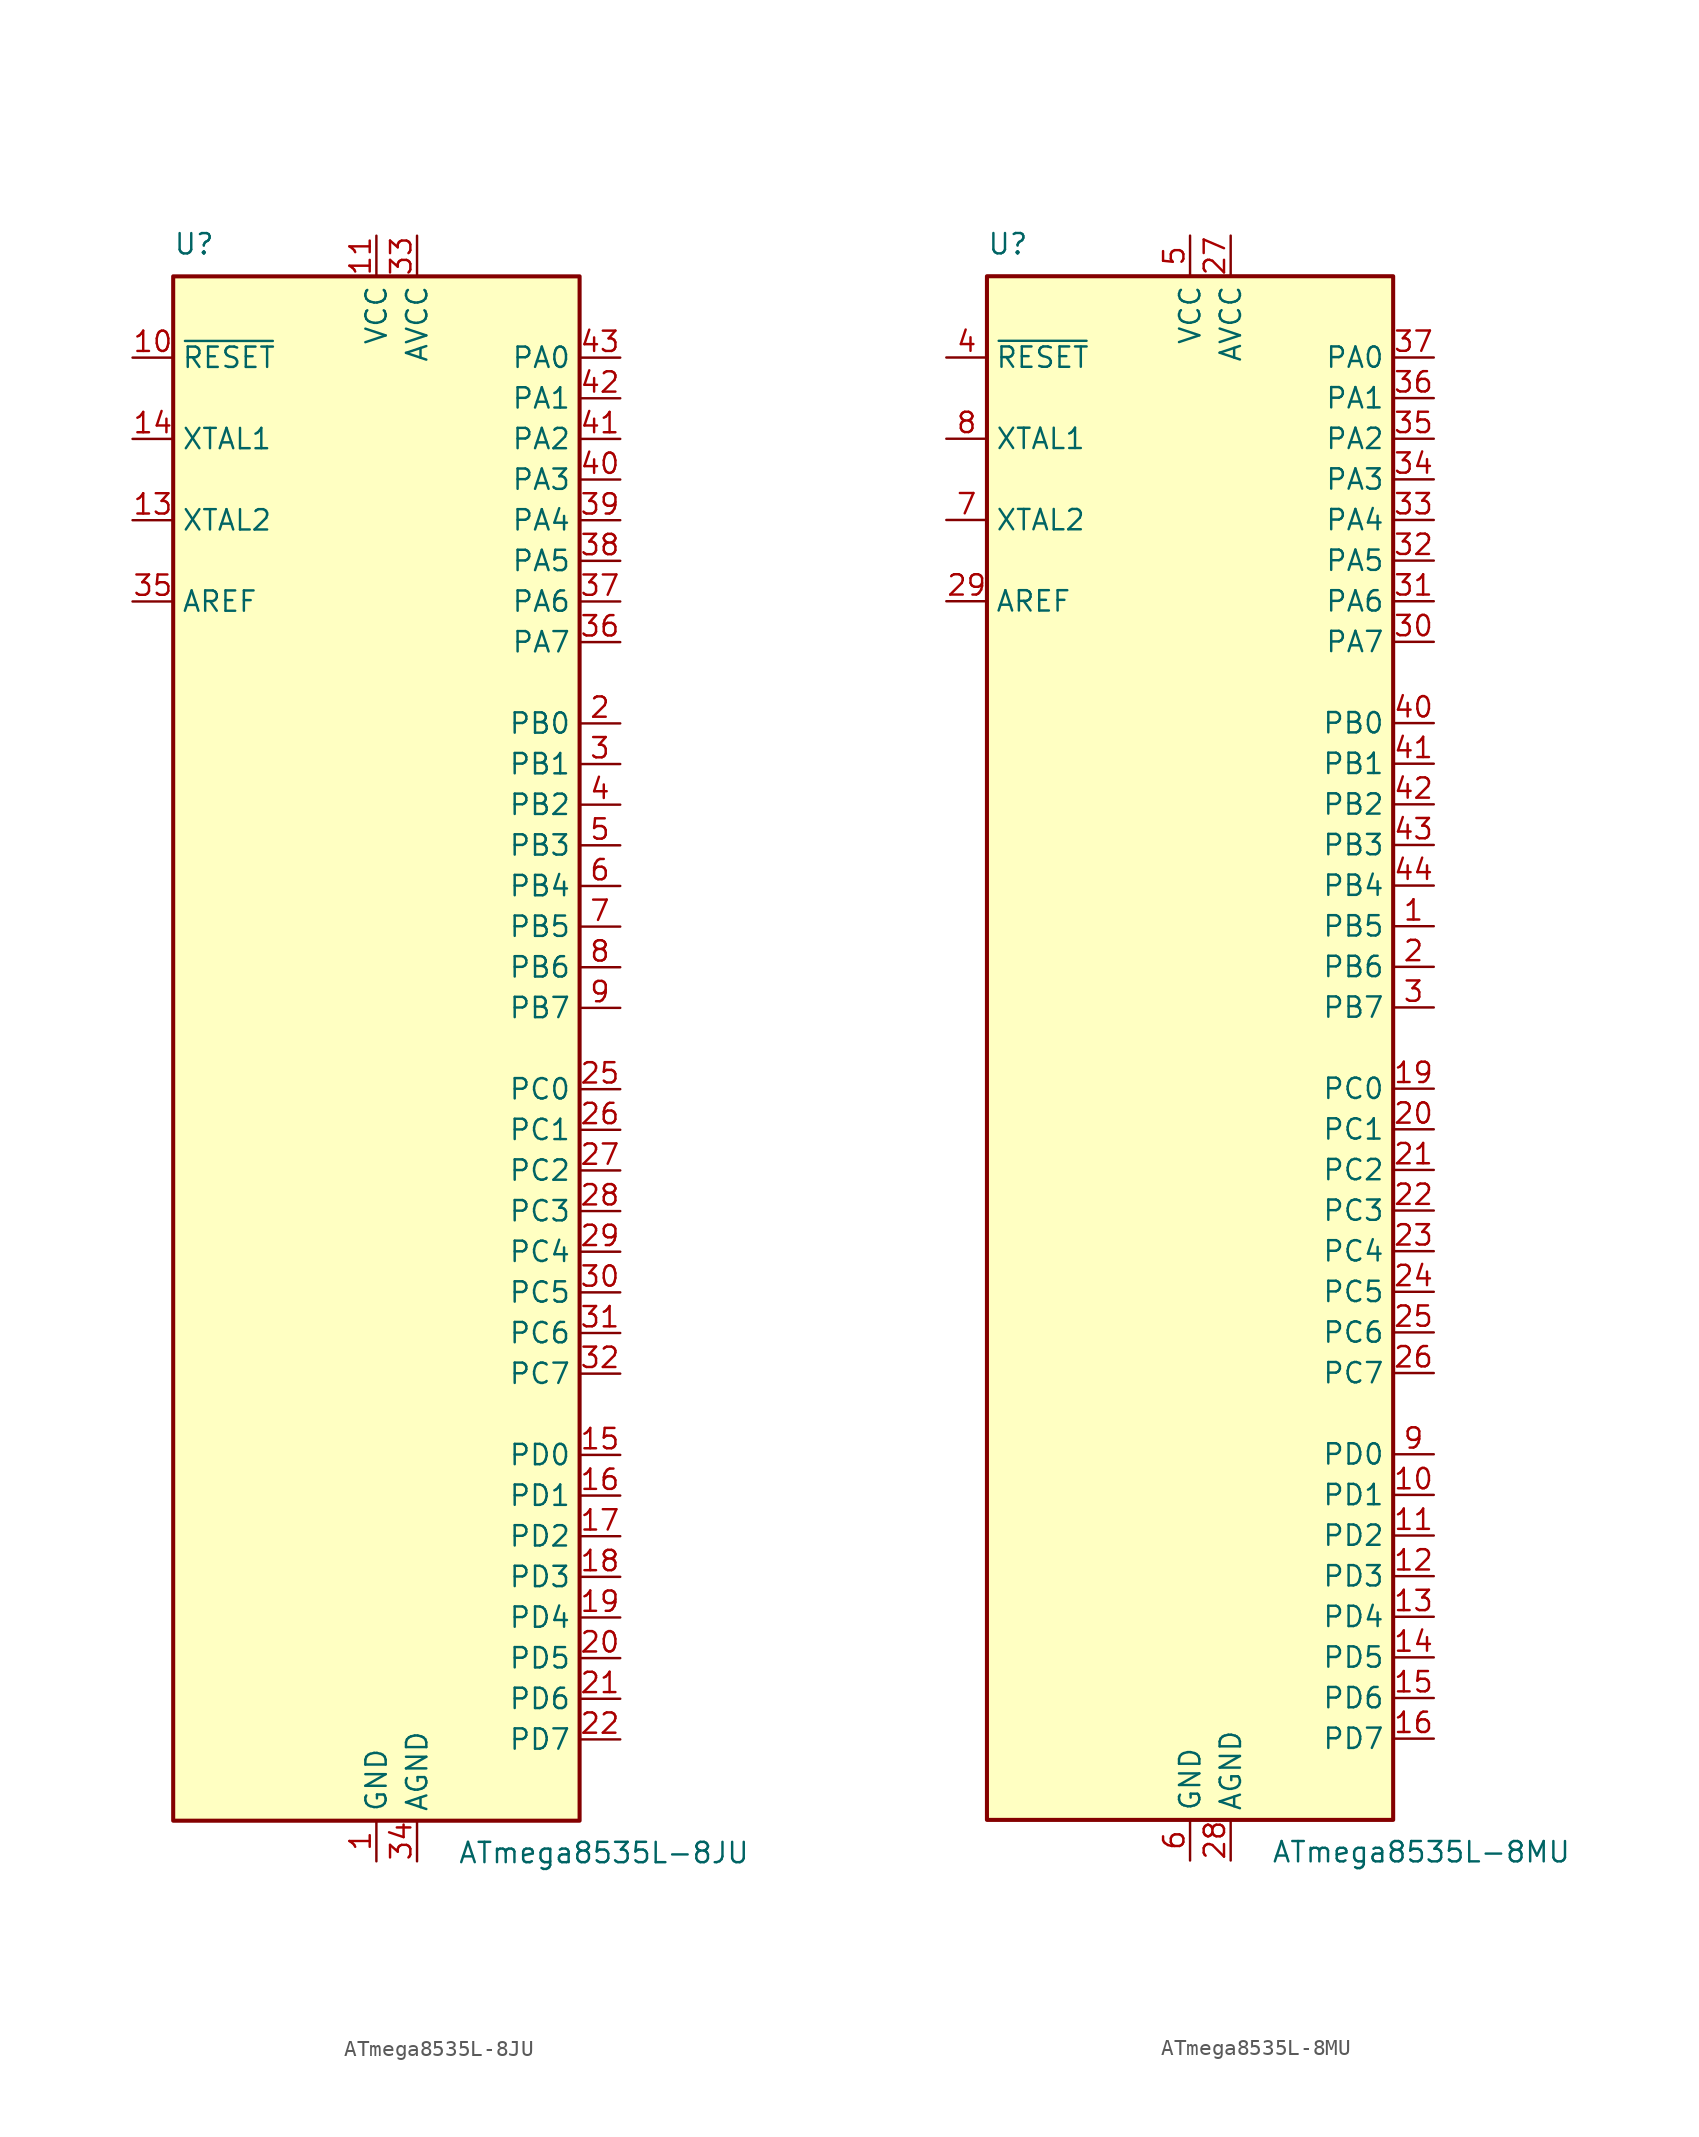
<source format=kicad_sym>
(kicad_symbol_lib
  (version 20211014)
  (generator kicad_symbol_editor)
  (symbol "ATmega8535L-8JU"
    (property "Reference" "U"
      (at -12.7 49.53 0)
      (effects (font (size 1.27 1.27)) (justify left bottom)))
    (property "Value" "ATmega8535L-8JU"
      (at 5.08 -49.53 0)
      (effects (font (size 1.27 1.27)) (justify left top)))
    (symbol "ATmega8535L-8JU_0_1"
      (rectangle (start -12.7 -48.26) (end 12.7 48.26) (stroke (width 0.254) (type default) (color 0 0 0 0)) (fill (type background))))
    (symbol "ATmega8535L-8JU_1_1"
      (pin power_in line (at 0 -50.8 90) (length 2.54) (name "GND" (effects (font (size 1.27 1.27)))) (number "1" (effects (font (size 1.27 1.27)))))
      (pin input line (at -15.24 43.18 0) (length 2.54) (name "~{RESET}" (effects (font (size 1.27 1.27)))) (number "10" (effects (font (size 1.27 1.27)))))
      (pin power_in line (at 0 50.8 270) (length 2.54) (name "VCC" (effects (font (size 1.27 1.27)))) (number "11" (effects (font (size 1.27 1.27)))))
      (pin passive line (at 0 -50.8 90) (length 2.54) hide (name "GND" (effects (font (size 1.27 1.27)))) (number "12" (effects (font (size 1.27 1.27)))))
      (pin output line (at -15.24 33.02 0) (length 2.54) (name "XTAL2" (effects (font (size 1.27 1.27)))) (number "13" (effects (font (size 1.27 1.27)))))
      (pin input line (at -15.24 38.1 0) (length 2.54) (name "XTAL1" (effects (font (size 1.27 1.27)))) (number "14" (effects (font (size 1.27 1.27)))))
      (pin bidirectional line (at 15.24 -25.4 180) (length 2.54) (name "PD0" (effects (font (size 1.27 1.27)))) (number "15" (effects (font (size 1.27 1.27)))))
      (pin bidirectional line (at 15.24 -27.94 180) (length 2.54) (name "PD1" (effects (font (size 1.27 1.27)))) (number "16" (effects (font (size 1.27 1.27)))))
      (pin bidirectional line (at 15.24 -30.48 180) (length 2.54) (name "PD2" (effects (font (size 1.27 1.27)))) (number "17" (effects (font (size 1.27 1.27)))))
      (pin bidirectional line (at 15.24 -33.02 180) (length 2.54) (name "PD3" (effects (font (size 1.27 1.27)))) (number "18" (effects (font (size 1.27 1.27)))))
      (pin bidirectional line (at 15.24 -35.56 180) (length 2.54) (name "PD4" (effects (font (size 1.27 1.27)))) (number "19" (effects (font (size 1.27 1.27)))))
      (pin bidirectional line (at 15.24 20.32 180) (length 2.54) (name "PB0" (effects (font (size 1.27 1.27)))) (number "2" (effects (font (size 1.27 1.27)))))
      (pin bidirectional line (at 15.24 -38.1 180) (length 2.54) (name "PD5" (effects (font (size 1.27 1.27)))) (number "20" (effects (font (size 1.27 1.27)))))
      (pin bidirectional line (at 15.24 -40.64 180) (length 2.54) (name "PD6" (effects (font (size 1.27 1.27)))) (number "21" (effects (font (size 1.27 1.27)))))
      (pin bidirectional line (at 15.24 -43.18 180) (length 2.54) (name "PD7" (effects (font (size 1.27 1.27)))) (number "22" (effects (font (size 1.27 1.27)))))
      (pin passive line (at 0 50.8 270) (length 2.54) hide (name "VCC" (effects (font (size 1.27 1.27)))) (number "23" (effects (font (size 1.27 1.27)))))
      (pin passive line (at 0 -50.8 90) (length 2.54) hide (name "GND" (effects (font (size 1.27 1.27)))) (number "24" (effects (font (size 1.27 1.27)))))
      (pin bidirectional line (at 15.24 -2.54 180) (length 2.54) (name "PC0" (effects (font (size 1.27 1.27)))) (number "25" (effects (font (size 1.27 1.27)))))
      (pin bidirectional line (at 15.24 -5.08 180) (length 2.54) (name "PC1" (effects (font (size 1.27 1.27)))) (number "26" (effects (font (size 1.27 1.27)))))
      (pin bidirectional line (at 15.24 -7.62 180) (length 2.54) (name "PC2" (effects (font (size 1.27 1.27)))) (number "27" (effects (font (size 1.27 1.27)))))
      (pin bidirectional line (at 15.24 -10.16 180) (length 2.54) (name "PC3" (effects (font (size 1.27 1.27)))) (number "28" (effects (font (size 1.27 1.27)))))
      (pin bidirectional line (at 15.24 -12.7 180) (length 2.54) (name "PC4" (effects (font (size 1.27 1.27)))) (number "29" (effects (font (size 1.27 1.27)))))
      (pin bidirectional line (at 15.24 17.78 180) (length 2.54) (name "PB1" (effects (font (size 1.27 1.27)))) (number "3" (effects (font (size 1.27 1.27)))))
      (pin bidirectional line (at 15.24 -15.24 180) (length 2.54) (name "PC5" (effects (font (size 1.27 1.27)))) (number "30" (effects (font (size 1.27 1.27)))))
      (pin bidirectional line (at 15.24 -17.78 180) (length 2.54) (name "PC6" (effects (font (size 1.27 1.27)))) (number "31" (effects (font (size 1.27 1.27)))))
      (pin bidirectional line (at 15.24 -20.32 180) (length 2.54) (name "PC7" (effects (font (size 1.27 1.27)))) (number "32" (effects (font (size 1.27 1.27)))))
      (pin power_in line (at 2.54 50.8 270) (length 2.54) (name "AVCC" (effects (font (size 1.27 1.27)))) (number "33" (effects (font (size 1.27 1.27)))))
      (pin power_in line (at 2.54 -50.8 90) (length 2.54) (name "AGND" (effects (font (size 1.27 1.27)))) (number "34" (effects (font (size 1.27 1.27)))))
      (pin passive line (at -15.24 27.94 0) (length 2.54) (name "AREF" (effects (font (size 1.27 1.27)))) (number "35" (effects (font (size 1.27 1.27)))))
      (pin bidirectional line (at 15.24 25.4 180) (length 2.54) (name "PA7" (effects (font (size 1.27 1.27)))) (number "36" (effects (font (size 1.27 1.27)))))
      (pin bidirectional line (at 15.24 27.94 180) (length 2.54) (name "PA6" (effects (font (size 1.27 1.27)))) (number "37" (effects (font (size 1.27 1.27)))))
      (pin bidirectional line (at 15.24 30.48 180) (length 2.54) (name "PA5" (effects (font (size 1.27 1.27)))) (number "38" (effects (font (size 1.27 1.27)))))
      (pin bidirectional line (at 15.24 33.02 180) (length 2.54) (name "PA4" (effects (font (size 1.27 1.27)))) (number "39" (effects (font (size 1.27 1.27)))))
      (pin bidirectional line (at 15.24 15.24 180) (length 2.54) (name "PB2" (effects (font (size 1.27 1.27)))) (number "4" (effects (font (size 1.27 1.27)))))
      (pin bidirectional line (at 15.24 35.56 180) (length 2.54) (name "PA3" (effects (font (size 1.27 1.27)))) (number "40" (effects (font (size 1.27 1.27)))))
      (pin bidirectional line (at 15.24 38.1 180) (length 2.54) (name "PA2" (effects (font (size 1.27 1.27)))) (number "41" (effects (font (size 1.27 1.27)))))
      (pin bidirectional line (at 15.24 40.64 180) (length 2.54) (name "PA1" (effects (font (size 1.27 1.27)))) (number "42" (effects (font (size 1.27 1.27)))))
      (pin bidirectional line (at 15.24 43.18 180) (length 2.54) (name "PA0" (effects (font (size 1.27 1.27)))) (number "43" (effects (font (size 1.27 1.27)))))
      (pin passive line (at 0 50.8 270) (length 2.54) hide (name "VCC" (effects (font (size 1.27 1.27)))) (number "44" (effects (font (size 1.27 1.27)))))
      (pin bidirectional line (at 15.24 12.7 180) (length 2.54) (name "PB3" (effects (font (size 1.27 1.27)))) (number "5" (effects (font (size 1.27 1.27)))))
      (pin bidirectional line (at 15.24 10.16 180) (length 2.54) (name "PB4" (effects (font (size 1.27 1.27)))) (number "6" (effects (font (size 1.27 1.27)))))
      (pin bidirectional line (at 15.24 7.62 180) (length 2.54) (name "PB5" (effects (font (size 1.27 1.27)))) (number "7" (effects (font (size 1.27 1.27)))))
      (pin bidirectional line (at 15.24 5.08 180) (length 2.54) (name "PB6" (effects (font (size 1.27 1.27)))) (number "8" (effects (font (size 1.27 1.27)))))
      (pin bidirectional line (at 15.24 2.54 180) (length 2.54) (name "PB7" (effects (font (size 1.27 1.27)))) (number "9" (effects (font (size 1.27 1.27)))))))
  (symbol "ATmega8535L-8MU"
    (property "Reference" "U"
      (at -12.7 49.53 0)
      (effects (font (size 1.27 1.27)) (justify left bottom)))
    (property "Value" "ATmega8535L-8MU"
      (at 5.08 -49.53 0)
      (effects (font (size 1.27 1.27)) (justify left top)))
    (symbol "ATmega8535L-8MU_0_1"
      (rectangle (start -12.7 -48.26) (end 12.7 48.26) (stroke (width 0.254) (type default) (color 0 0 0 0)) (fill (type background))))
    (symbol "ATmega8535L-8MU_1_1"
      (pin bidirectional line (at 15.24 7.62 180) (length 2.54) (name "PB5" (effects (font (size 1.27 1.27)))) (number "1" (effects (font (size 1.27 1.27)))))
      (pin bidirectional line (at 15.24 -27.94 180) (length 2.54) (name "PD1" (effects (font (size 1.27 1.27)))) (number "10" (effects (font (size 1.27 1.27)))))
      (pin bidirectional line (at 15.24 -30.48 180) (length 2.54) (name "PD2" (effects (font (size 1.27 1.27)))) (number "11" (effects (font (size 1.27 1.27)))))
      (pin bidirectional line (at 15.24 -33.02 180) (length 2.54) (name "PD3" (effects (font (size 1.27 1.27)))) (number "12" (effects (font (size 1.27 1.27)))))
      (pin bidirectional line (at 15.24 -35.56 180) (length 2.54) (name "PD4" (effects (font (size 1.27 1.27)))) (number "13" (effects (font (size 1.27 1.27)))))
      (pin bidirectional line (at 15.24 -38.1 180) (length 2.54) (name "PD5" (effects (font (size 1.27 1.27)))) (number "14" (effects (font (size 1.27 1.27)))))
      (pin bidirectional line (at 15.24 -40.64 180) (length 2.54) (name "PD6" (effects (font (size 1.27 1.27)))) (number "15" (effects (font (size 1.27 1.27)))))
      (pin bidirectional line (at 15.24 -43.18 180) (length 2.54) (name "PD7" (effects (font (size 1.27 1.27)))) (number "16" (effects (font (size 1.27 1.27)))))
      (pin passive line (at 0 50.8 270) (length 2.54) hide (name "VCC" (effects (font (size 1.27 1.27)))) (number "17" (effects (font (size 1.27 1.27)))))
      (pin passive line (at 0 -50.8 90) (length 2.54) hide (name "GND" (effects (font (size 1.27 1.27)))) (number "18" (effects (font (size 1.27 1.27)))))
      (pin bidirectional line (at 15.24 -2.54 180) (length 2.54) (name "PC0" (effects (font (size 1.27 1.27)))) (number "19" (effects (font (size 1.27 1.27)))))
      (pin bidirectional line (at 15.24 5.08 180) (length 2.54) (name "PB6" (effects (font (size 1.27 1.27)))) (number "2" (effects (font (size 1.27 1.27)))))
      (pin bidirectional line (at 15.24 -5.08 180) (length 2.54) (name "PC1" (effects (font (size 1.27 1.27)))) (number "20" (effects (font (size 1.27 1.27)))))
      (pin bidirectional line (at 15.24 -7.62 180) (length 2.54) (name "PC2" (effects (font (size 1.27 1.27)))) (number "21" (effects (font (size 1.27 1.27)))))
      (pin bidirectional line (at 15.24 -10.16 180) (length 2.54) (name "PC3" (effects (font (size 1.27 1.27)))) (number "22" (effects (font (size 1.27 1.27)))))
      (pin bidirectional line (at 15.24 -12.7 180) (length 2.54) (name "PC4" (effects (font (size 1.27 1.27)))) (number "23" (effects (font (size 1.27 1.27)))))
      (pin bidirectional line (at 15.24 -15.24 180) (length 2.54) (name "PC5" (effects (font (size 1.27 1.27)))) (number "24" (effects (font (size 1.27 1.27)))))
      (pin bidirectional line (at 15.24 -17.78 180) (length 2.54) (name "PC6" (effects (font (size 1.27 1.27)))) (number "25" (effects (font (size 1.27 1.27)))))
      (pin bidirectional line (at 15.24 -20.32 180) (length 2.54) (name "PC7" (effects (font (size 1.27 1.27)))) (number "26" (effects (font (size 1.27 1.27)))))
      (pin power_in line (at 2.54 50.8 270) (length 2.54) (name "AVCC" (effects (font (size 1.27 1.27)))) (number "27" (effects (font (size 1.27 1.27)))))
      (pin power_in line (at 2.54 -50.8 90) (length 2.54) (name "AGND" (effects (font (size 1.27 1.27)))) (number "28" (effects (font (size 1.27 1.27)))))
      (pin passive line (at -15.24 27.94 0) (length 2.54) (name "AREF" (effects (font (size 1.27 1.27)))) (number "29" (effects (font (size 1.27 1.27)))))
      (pin bidirectional line (at 15.24 2.54 180) (length 2.54) (name "PB7" (effects (font (size 1.27 1.27)))) (number "3" (effects (font (size 1.27 1.27)))))
      (pin bidirectional line (at 15.24 25.4 180) (length 2.54) (name "PA7" (effects (font (size 1.27 1.27)))) (number "30" (effects (font (size 1.27 1.27)))))
      (pin bidirectional line (at 15.24 27.94 180) (length 2.54) (name "PA6" (effects (font (size 1.27 1.27)))) (number "31" (effects (font (size 1.27 1.27)))))
      (pin bidirectional line (at 15.24 30.48 180) (length 2.54) (name "PA5" (effects (font (size 1.27 1.27)))) (number "32" (effects (font (size 1.27 1.27)))))
      (pin bidirectional line (at 15.24 33.02 180) (length 2.54) (name "PA4" (effects (font (size 1.27 1.27)))) (number "33" (effects (font (size 1.27 1.27)))))
      (pin bidirectional line (at 15.24 35.56 180) (length 2.54) (name "PA3" (effects (font (size 1.27 1.27)))) (number "34" (effects (font (size 1.27 1.27)))))
      (pin bidirectional line (at 15.24 38.1 180) (length 2.54) (name "PA2" (effects (font (size 1.27 1.27)))) (number "35" (effects (font (size 1.27 1.27)))))
      (pin bidirectional line (at 15.24 40.64 180) (length 2.54) (name "PA1" (effects (font (size 1.27 1.27)))) (number "36" (effects (font (size 1.27 1.27)))))
      (pin bidirectional line (at 15.24 43.18 180) (length 2.54) (name "PA0" (effects (font (size 1.27 1.27)))) (number "37" (effects (font (size 1.27 1.27)))))
      (pin passive line (at 0 50.8 270) (length 2.54) hide (name "VCC" (effects (font (size 1.27 1.27)))) (number "38" (effects (font (size 1.27 1.27)))))
      (pin passive line (at 0 -50.8 90) (length 2.54) hide (name "GND" (effects (font (size 1.27 1.27)))) (number "39" (effects (font (size 1.27 1.27)))))
      (pin input line (at -15.24 43.18 0) (length 2.54) (name "~{RESET}" (effects (font (size 1.27 1.27)))) (number "4" (effects (font (size 1.27 1.27)))))
      (pin bidirectional line (at 15.24 20.32 180) (length 2.54) (name "PB0" (effects (font (size 1.27 1.27)))) (number "40" (effects (font (size 1.27 1.27)))))
      (pin bidirectional line (at 15.24 17.78 180) (length 2.54) (name "PB1" (effects (font (size 1.27 1.27)))) (number "41" (effects (font (size 1.27 1.27)))))
      (pin bidirectional line (at 15.24 15.24 180) (length 2.54) (name "PB2" (effects (font (size 1.27 1.27)))) (number "42" (effects (font (size 1.27 1.27)))))
      (pin bidirectional line (at 15.24 12.7 180) (length 2.54) (name "PB3" (effects (font (size 1.27 1.27)))) (number "43" (effects (font (size 1.27 1.27)))))
      (pin bidirectional line (at 15.24 10.16 180) (length 2.54) (name "PB4" (effects (font (size 1.27 1.27)))) (number "44" (effects (font (size 1.27 1.27)))))
      (pin passive line (at 0 -50.8 90) (length 2.54) hide (name "GND" (effects (font (size 1.27 1.27)))) (number "45" (effects (font (size 1.27 1.27)))))
      (pin power_in line (at 0 50.8 270) (length 2.54) (name "VCC" (effects (font (size 1.27 1.27)))) (number "5" (effects (font (size 1.27 1.27)))))
      (pin power_in line (at 0 -50.8 90) (length 2.54) (name "GND" (effects (font (size 1.27 1.27)))) (number "6" (effects (font (size 1.27 1.27)))))
      (pin output line (at -15.24 33.02 0) (length 2.54) (name "XTAL2" (effects (font (size 1.27 1.27)))) (number "7" (effects (font (size 1.27 1.27)))))
      (pin input line (at -15.24 38.1 0) (length 2.54) (name "XTAL1" (effects (font (size 1.27 1.27)))) (number "8" (effects (font (size 1.27 1.27)))))
      (pin bidirectional line (at 15.24 -25.4 180) (length 2.54) (name "PD0" (effects (font (size 1.27 1.27)))) (number "9" (effects (font (size 1.27 1.27))))))))
</source>
